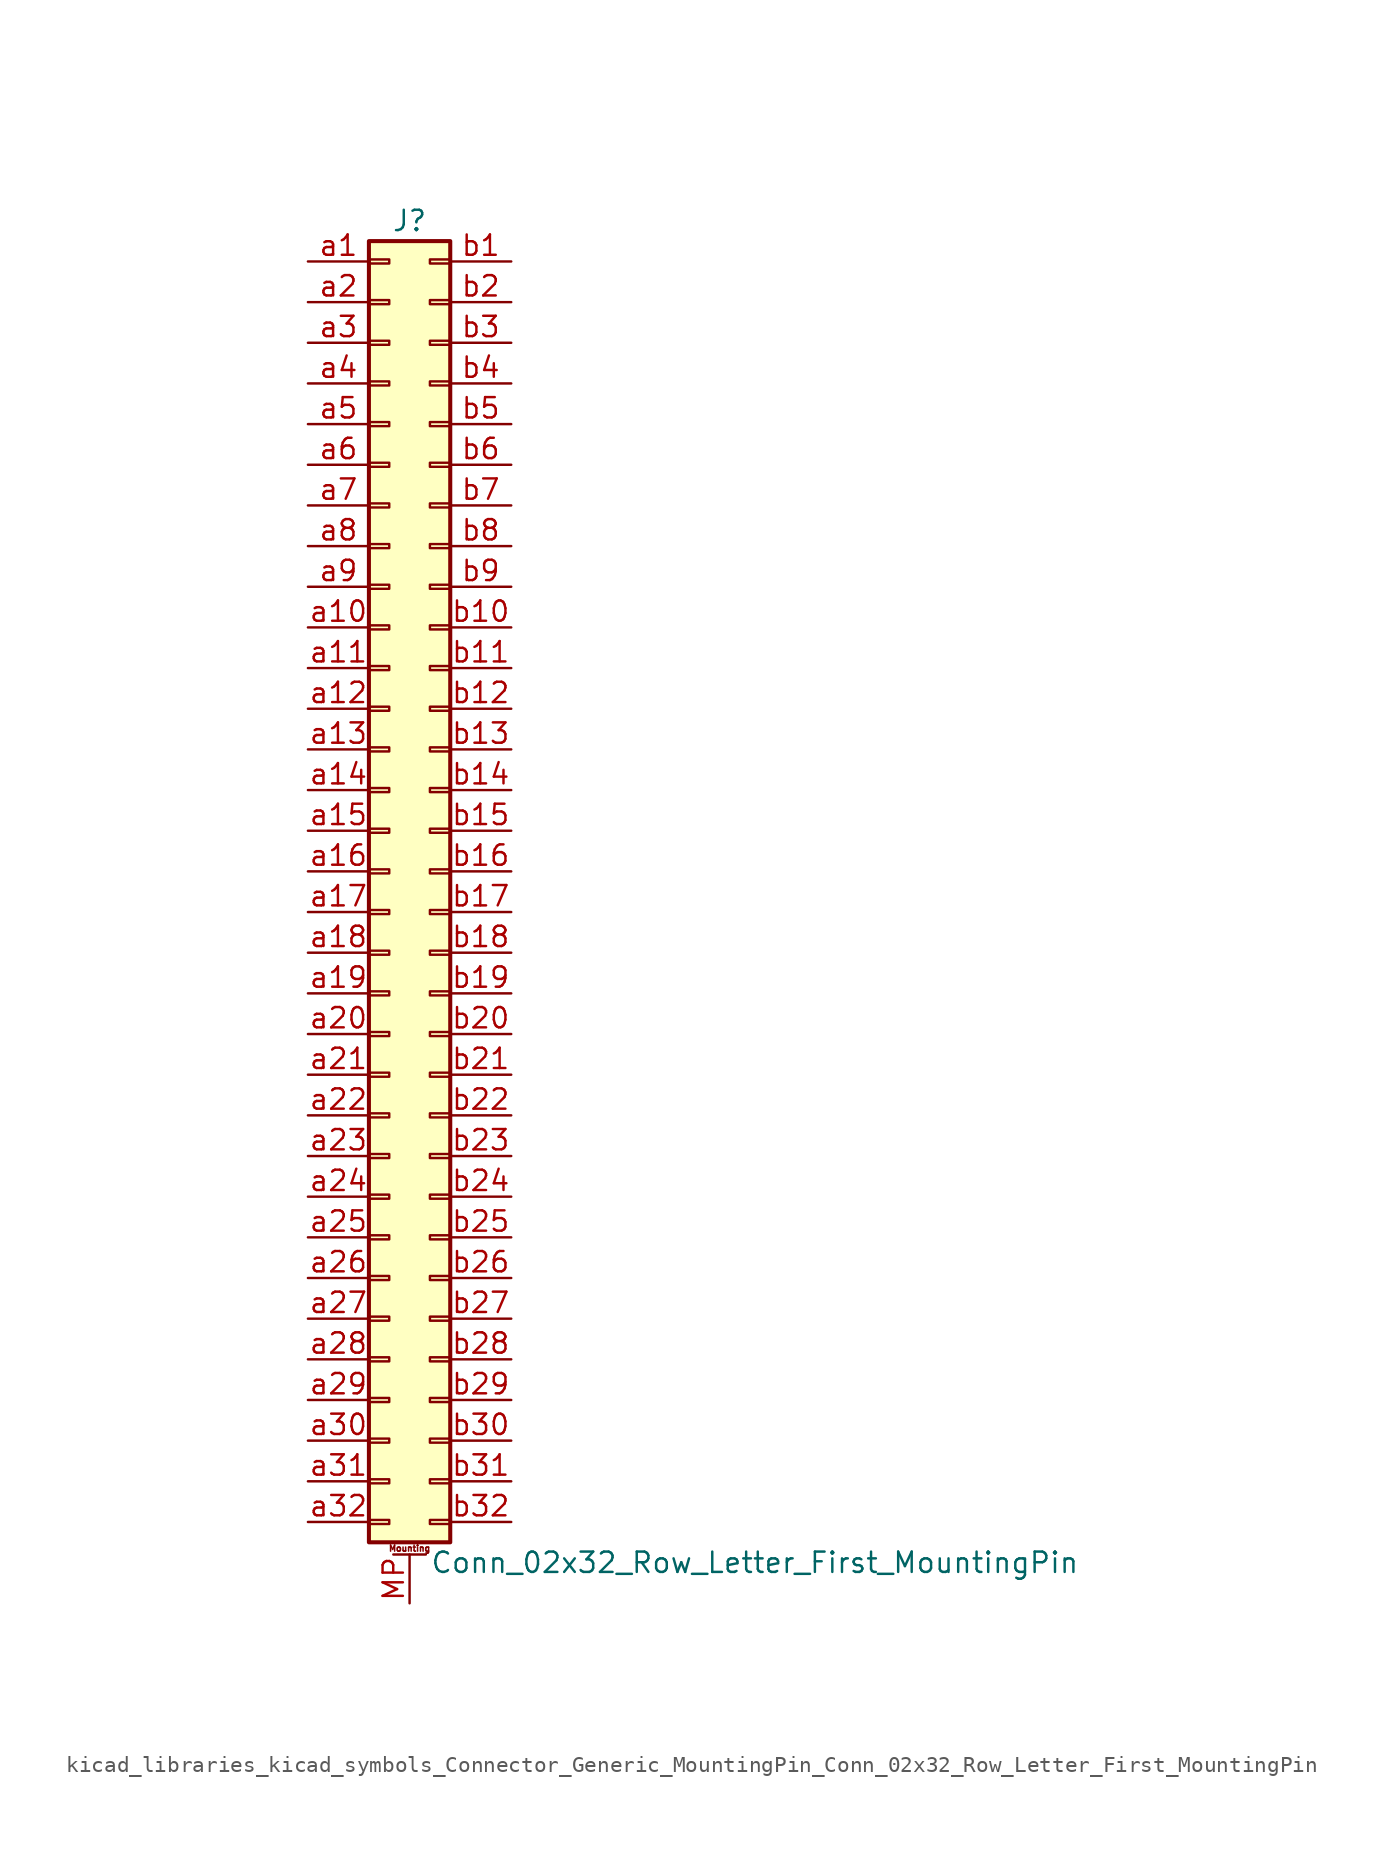
<source format=kicad_sym>
(kicad_symbol_lib
  (version 20220914)
  (generator kicad_symbol_editor)
  (symbol "kicad_libraries_kicad_symbols_Connector_Generic_MountingPin_Conn_02x32_Row_Letter_First_MountingPin"
    (pin_names
      (offset 1.016) hide)
    (property "Reference" "J"
      (at 1.27 40.64 0)
      (effects (font (size 1.27 1.27))))
    (property "Value" "Conn_02x32_Row_Letter_First_MountingPin"
      (at 2.54 -43.18 0)
      (effects (font (size 1.27 1.27)) (justify left)))
    (symbol "kicad_libraries_kicad_symbols_Connector_Generic_MountingPin_Conn_02x32_Row_Letter_First_MountingPin_1_1"
      (rectangle (start -1.27 -40.513) (end 0 -40.767) (stroke (width 0.152) (type default)) (fill (type none)))
      (rectangle (start -1.27 -37.973) (end 0 -38.227) (stroke (width 0.152) (type default)) (fill (type none)))
      (rectangle (start -1.27 -35.433) (end 0 -35.687) (stroke (width 0.152) (type default)) (fill (type none)))
      (rectangle (start -1.27 -32.893) (end 0 -33.147) (stroke (width 0.152) (type default)) (fill (type none)))
      (rectangle (start -1.27 -30.353) (end 0 -30.607) (stroke (width 0.152) (type default)) (fill (type none)))
      (rectangle (start -1.27 -27.813) (end 0 -28.067) (stroke (width 0.152) (type default)) (fill (type none)))
      (rectangle (start -1.27 -25.273) (end 0 -25.527) (stroke (width 0.152) (type default)) (fill (type none)))
      (rectangle (start -1.27 -22.733) (end 0 -22.987) (stroke (width 0.152) (type default)) (fill (type none)))
      (rectangle (start -1.27 -20.193) (end 0 -20.447) (stroke (width 0.152) (type default)) (fill (type none)))
      (rectangle (start -1.27 -17.653) (end 0 -17.907) (stroke (width 0.152) (type default)) (fill (type none)))
      (rectangle (start -1.27 -15.113) (end 0 -15.367) (stroke (width 0.152) (type default)) (fill (type none)))
      (rectangle (start -1.27 -12.573) (end 0 -12.827) (stroke (width 0.152) (type default)) (fill (type none)))
      (rectangle (start -1.27 -10.033) (end 0 -10.287) (stroke (width 0.152) (type default)) (fill (type none)))
      (rectangle (start -1.27 -7.493) (end 0 -7.747) (stroke (width 0.152) (type default)) (fill (type none)))
      (rectangle (start -1.27 -4.953) (end 0 -5.207) (stroke (width 0.152) (type default)) (fill (type none)))
      (rectangle (start -1.27 -2.413) (end 0 -2.667) (stroke (width 0.152) (type default)) (fill (type none)))
      (rectangle (start -1.27 0.127) (end 0 -0.127) (stroke (width 0.152) (type default)) (fill (type none)))
      (rectangle (start -1.27 2.667) (end 0 2.413) (stroke (width 0.152) (type default)) (fill (type none)))
      (rectangle (start -1.27 5.207) (end 0 4.953) (stroke (width 0.152) (type default)) (fill (type none)))
      (rectangle (start -1.27 7.747) (end 0 7.493) (stroke (width 0.152) (type default)) (fill (type none)))
      (rectangle (start -1.27 10.287) (end 0 10.033) (stroke (width 0.152) (type default)) (fill (type none)))
      (rectangle (start -1.27 12.827) (end 0 12.573) (stroke (width 0.152) (type default)) (fill (type none)))
      (rectangle (start -1.27 15.367) (end 0 15.113) (stroke (width 0.152) (type default)) (fill (type none)))
      (rectangle (start -1.27 17.907) (end 0 17.653) (stroke (width 0.152) (type default)) (fill (type none)))
      (rectangle (start -1.27 20.447) (end 0 20.193) (stroke (width 0.152) (type default)) (fill (type none)))
      (rectangle (start -1.27 22.987) (end 0 22.733) (stroke (width 0.152) (type default)) (fill (type none)))
      (rectangle (start -1.27 25.527) (end 0 25.273) (stroke (width 0.152) (type default)) (fill (type none)))
      (rectangle (start -1.27 28.067) (end 0 27.813) (stroke (width 0.152) (type default)) (fill (type none)))
      (rectangle (start -1.27 30.607) (end 0 30.353) (stroke (width 0.152) (type default)) (fill (type none)))
      (rectangle (start -1.27 33.147) (end 0 32.893) (stroke (width 0.152) (type default)) (fill (type none)))
      (rectangle (start -1.27 35.687) (end 0 35.433) (stroke (width 0.152) (type default)) (fill (type none)))
      (rectangle (start -1.27 38.227) (end 0 37.973) (stroke (width 0.152) (type default)) (fill (type none)))
      (rectangle (start -1.27 39.37) (end 3.81 -41.91) (stroke (width 0.254) (type default)) (fill (type background)))
      (polyline (pts (xy 0.254 -42.672) (xy 2.286 -42.672)) (stroke (width 0.152) (type default)) (fill (type none)))
      (rectangle (start 3.81 -40.513) (end 2.54 -40.767) (stroke (width 0.152) (type default)) (fill (type none)))
      (rectangle (start 3.81 -37.973) (end 2.54 -38.227) (stroke (width 0.152) (type default)) (fill (type none)))
      (rectangle (start 3.81 -35.433) (end 2.54 -35.687) (stroke (width 0.152) (type default)) (fill (type none)))
      (rectangle (start 3.81 -32.893) (end 2.54 -33.147) (stroke (width 0.152) (type default)) (fill (type none)))
      (rectangle (start 3.81 -30.353) (end 2.54 -30.607) (stroke (width 0.152) (type default)) (fill (type none)))
      (rectangle (start 3.81 -27.813) (end 2.54 -28.067) (stroke (width 0.152) (type default)) (fill (type none)))
      (rectangle (start 3.81 -25.273) (end 2.54 -25.527) (stroke (width 0.152) (type default)) (fill (type none)))
      (rectangle (start 3.81 -22.733) (end 2.54 -22.987) (stroke (width 0.152) (type default)) (fill (type none)))
      (rectangle (start 3.81 -20.193) (end 2.54 -20.447) (stroke (width 0.152) (type default)) (fill (type none)))
      (rectangle (start 3.81 -17.653) (end 2.54 -17.907) (stroke (width 0.152) (type default)) (fill (type none)))
      (rectangle (start 3.81 -15.113) (end 2.54 -15.367) (stroke (width 0.152) (type default)) (fill (type none)))
      (rectangle (start 3.81 -12.573) (end 2.54 -12.827) (stroke (width 0.152) (type default)) (fill (type none)))
      (rectangle (start 3.81 -10.033) (end 2.54 -10.287) (stroke (width 0.152) (type default)) (fill (type none)))
      (rectangle (start 3.81 -7.493) (end 2.54 -7.747) (stroke (width 0.152) (type default)) (fill (type none)))
      (rectangle (start 3.81 -4.953) (end 2.54 -5.207) (stroke (width 0.152) (type default)) (fill (type none)))
      (rectangle (start 3.81 -2.413) (end 2.54 -2.667) (stroke (width 0.152) (type default)) (fill (type none)))
      (rectangle (start 3.81 0.127) (end 2.54 -0.127) (stroke (width 0.152) (type default)) (fill (type none)))
      (rectangle (start 3.81 2.667) (end 2.54 2.413) (stroke (width 0.152) (type default)) (fill (type none)))
      (rectangle (start 3.81 5.207) (end 2.54 4.953) (stroke (width 0.152) (type default)) (fill (type none)))
      (rectangle (start 3.81 7.747) (end 2.54 7.493) (stroke (width 0.152) (type default)) (fill (type none)))
      (rectangle (start 3.81 10.287) (end 2.54 10.033) (stroke (width 0.152) (type default)) (fill (type none)))
      (rectangle (start 3.81 12.827) (end 2.54 12.573) (stroke (width 0.152) (type default)) (fill (type none)))
      (rectangle (start 3.81 15.367) (end 2.54 15.113) (stroke (width 0.152) (type default)) (fill (type none)))
      (rectangle (start 3.81 17.907) (end 2.54 17.653) (stroke (width 0.152) (type default)) (fill (type none)))
      (rectangle (start 3.81 20.447) (end 2.54 20.193) (stroke (width 0.152) (type default)) (fill (type none)))
      (rectangle (start 3.81 22.987) (end 2.54 22.733) (stroke (width 0.152) (type default)) (fill (type none)))
      (rectangle (start 3.81 25.527) (end 2.54 25.273) (stroke (width 0.152) (type default)) (fill (type none)))
      (rectangle (start 3.81 28.067) (end 2.54 27.813) (stroke (width 0.152) (type default)) (fill (type none)))
      (rectangle (start 3.81 30.607) (end 2.54 30.353) (stroke (width 0.152) (type default)) (fill (type none)))
      (rectangle (start 3.81 33.147) (end 2.54 32.893) (stroke (width 0.152) (type default)) (fill (type none)))
      (rectangle (start 3.81 35.687) (end 2.54 35.433) (stroke (width 0.152) (type default)) (fill (type none)))
      (rectangle (start 3.81 38.227) (end 2.54 37.973) (stroke (width 0.152) (type default)) (fill (type none)))
      (text "Mounting" (at 1.27 -42.291 0) (effects (font (size 0.381 0.381))))
      (pin passive line (at 1.27 -45.72 90) (length 3.048) (name "MountPin" (effects (font (size 1.27 1.27)))) (number "MP" (effects (font (size 1.27 1.27)))))
      (pin passive line (at -5.08 38.1 0) (length 3.81) (name "Pin_a1" (effects (font (size 1.27 1.27)))) (number "a1" (effects (font (size 1.27 1.27)))))
      (pin passive line (at -5.08 15.24 0) (length 3.81) (name "Pin_a10" (effects (font (size 1.27 1.27)))) (number "a10" (effects (font (size 1.27 1.27)))))
      (pin passive line (at -5.08 12.7 0) (length 3.81) (name "Pin_a11" (effects (font (size 1.27 1.27)))) (number "a11" (effects (font (size 1.27 1.27)))))
      (pin passive line (at -5.08 10.16 0) (length 3.81) (name "Pin_a12" (effects (font (size 1.27 1.27)))) (number "a12" (effects (font (size 1.27 1.27)))))
      (pin passive line (at -5.08 7.62 0) (length 3.81) (name "Pin_a13" (effects (font (size 1.27 1.27)))) (number "a13" (effects (font (size 1.27 1.27)))))
      (pin passive line (at -5.08 5.08 0) (length 3.81) (name "Pin_a14" (effects (font (size 1.27 1.27)))) (number "a14" (effects (font (size 1.27 1.27)))))
      (pin passive line (at -5.08 2.54 0) (length 3.81) (name "Pin_a15" (effects (font (size 1.27 1.27)))) (number "a15" (effects (font (size 1.27 1.27)))))
      (pin passive line (at -5.08 0 0) (length 3.81) (name "Pin_a16" (effects (font (size 1.27 1.27)))) (number "a16" (effects (font (size 1.27 1.27)))))
      (pin passive line (at -5.08 -2.54 0) (length 3.81) (name "Pin_a17" (effects (font (size 1.27 1.27)))) (number "a17" (effects (font (size 1.27 1.27)))))
      (pin passive line (at -5.08 -5.08 0) (length 3.81) (name "Pin_a18" (effects (font (size 1.27 1.27)))) (number "a18" (effects (font (size 1.27 1.27)))))
      (pin passive line (at -5.08 -7.62 0) (length 3.81) (name "Pin_a19" (effects (font (size 1.27 1.27)))) (number "a19" (effects (font (size 1.27 1.27)))))
      (pin passive line (at -5.08 35.56 0) (length 3.81) (name "Pin_a2" (effects (font (size 1.27 1.27)))) (number "a2" (effects (font (size 1.27 1.27)))))
      (pin passive line (at -5.08 -10.16 0) (length 3.81) (name "Pin_a20" (effects (font (size 1.27 1.27)))) (number "a20" (effects (font (size 1.27 1.27)))))
      (pin passive line (at -5.08 -12.7 0) (length 3.81) (name "Pin_a21" (effects (font (size 1.27 1.27)))) (number "a21" (effects (font (size 1.27 1.27)))))
      (pin passive line (at -5.08 -15.24 0) (length 3.81) (name "Pin_a22" (effects (font (size 1.27 1.27)))) (number "a22" (effects (font (size 1.27 1.27)))))
      (pin passive line (at -5.08 -17.78 0) (length 3.81) (name "Pin_a23" (effects (font (size 1.27 1.27)))) (number "a23" (effects (font (size 1.27 1.27)))))
      (pin passive line (at -5.08 -20.32 0) (length 3.81) (name "Pin_a24" (effects (font (size 1.27 1.27)))) (number "a24" (effects (font (size 1.27 1.27)))))
      (pin passive line (at -5.08 -22.86 0) (length 3.81) (name "Pin_a25" (effects (font (size 1.27 1.27)))) (number "a25" (effects (font (size 1.27 1.27)))))
      (pin passive line (at -5.08 -25.4 0) (length 3.81) (name "Pin_a26" (effects (font (size 1.27 1.27)))) (number "a26" (effects (font (size 1.27 1.27)))))
      (pin passive line (at -5.08 -27.94 0) (length 3.81) (name "Pin_a27" (effects (font (size 1.27 1.27)))) (number "a27" (effects (font (size 1.27 1.27)))))
      (pin passive line (at -5.08 -30.48 0) (length 3.81) (name "Pin_a28" (effects (font (size 1.27 1.27)))) (number "a28" (effects (font (size 1.27 1.27)))))
      (pin passive line (at -5.08 -33.02 0) (length 3.81) (name "Pin_a29" (effects (font (size 1.27 1.27)))) (number "a29" (effects (font (size 1.27 1.27)))))
      (pin passive line (at -5.08 33.02 0) (length 3.81) (name "Pin_a3" (effects (font (size 1.27 1.27)))) (number "a3" (effects (font (size 1.27 1.27)))))
      (pin passive line (at -5.08 -35.56 0) (length 3.81) (name "Pin_a30" (effects (font (size 1.27 1.27)))) (number "a30" (effects (font (size 1.27 1.27)))))
      (pin passive line (at -5.08 -38.1 0) (length 3.81) (name "Pin_a31" (effects (font (size 1.27 1.27)))) (number "a31" (effects (font (size 1.27 1.27)))))
      (pin passive line (at -5.08 -40.64 0) (length 3.81) (name "Pin_a32" (effects (font (size 1.27 1.27)))) (number "a32" (effects (font (size 1.27 1.27)))))
      (pin passive line (at -5.08 30.48 0) (length 3.81) (name "Pin_a4" (effects (font (size 1.27 1.27)))) (number "a4" (effects (font (size 1.27 1.27)))))
      (pin passive line (at -5.08 27.94 0) (length 3.81) (name "Pin_a5" (effects (font (size 1.27 1.27)))) (number "a5" (effects (font (size 1.27 1.27)))))
      (pin passive line (at -5.08 25.4 0) (length 3.81) (name "Pin_a6" (effects (font (size 1.27 1.27)))) (number "a6" (effects (font (size 1.27 1.27)))))
      (pin passive line (at -5.08 22.86 0) (length 3.81) (name "Pin_a7" (effects (font (size 1.27 1.27)))) (number "a7" (effects (font (size 1.27 1.27)))))
      (pin passive line (at -5.08 20.32 0) (length 3.81) (name "Pin_a8" (effects (font (size 1.27 1.27)))) (number "a8" (effects (font (size 1.27 1.27)))))
      (pin passive line (at -5.08 17.78 0) (length 3.81) (name "Pin_a9" (effects (font (size 1.27 1.27)))) (number "a9" (effects (font (size 1.27 1.27)))))
      (pin passive line (at 7.62 38.1 180) (length 3.81) (name "Pin_b1" (effects (font (size 1.27 1.27)))) (number "b1" (effects (font (size 1.27 1.27)))))
      (pin passive line (at 7.62 15.24 180) (length 3.81) (name "Pin_b10" (effects (font (size 1.27 1.27)))) (number "b10" (effects (font (size 1.27 1.27)))))
      (pin passive line (at 7.62 12.7 180) (length 3.81) (name "Pin_b11" (effects (font (size 1.27 1.27)))) (number "b11" (effects (font (size 1.27 1.27)))))
      (pin passive line (at 7.62 10.16 180) (length 3.81) (name "Pin_b12" (effects (font (size 1.27 1.27)))) (number "b12" (effects (font (size 1.27 1.27)))))
      (pin passive line (at 7.62 7.62 180) (length 3.81) (name "Pin_b13" (effects (font (size 1.27 1.27)))) (number "b13" (effects (font (size 1.27 1.27)))))
      (pin passive line (at 7.62 5.08 180) (length 3.81) (name "Pin_b14" (effects (font (size 1.27 1.27)))) (number "b14" (effects (font (size 1.27 1.27)))))
      (pin passive line (at 7.62 2.54 180) (length 3.81) (name "Pin_b15" (effects (font (size 1.27 1.27)))) (number "b15" (effects (font (size 1.27 1.27)))))
      (pin passive line (at 7.62 0 180) (length 3.81) (name "Pin_b16" (effects (font (size 1.27 1.27)))) (number "b16" (effects (font (size 1.27 1.27)))))
      (pin passive line (at 7.62 -2.54 180) (length 3.81) (name "Pin_b17" (effects (font (size 1.27 1.27)))) (number "b17" (effects (font (size 1.27 1.27)))))
      (pin passive line (at 7.62 -5.08 180) (length 3.81) (name "Pin_b18" (effects (font (size 1.27 1.27)))) (number "b18" (effects (font (size 1.27 1.27)))))
      (pin passive line (at 7.62 -7.62 180) (length 3.81) (name "Pin_b19" (effects (font (size 1.27 1.27)))) (number "b19" (effects (font (size 1.27 1.27)))))
      (pin passive line (at 7.62 35.56 180) (length 3.81) (name "Pin_b2" (effects (font (size 1.27 1.27)))) (number "b2" (effects (font (size 1.27 1.27)))))
      (pin passive line (at 7.62 -10.16 180) (length 3.81) (name "Pin_b20" (effects (font (size 1.27 1.27)))) (number "b20" (effects (font (size 1.27 1.27)))))
      (pin passive line (at 7.62 -12.7 180) (length 3.81) (name "Pin_b21" (effects (font (size 1.27 1.27)))) (number "b21" (effects (font (size 1.27 1.27)))))
      (pin passive line (at 7.62 -15.24 180) (length 3.81) (name "Pin_b22" (effects (font (size 1.27 1.27)))) (number "b22" (effects (font (size 1.27 1.27)))))
      (pin passive line (at 7.62 -17.78 180) (length 3.81) (name "Pin_b23" (effects (font (size 1.27 1.27)))) (number "b23" (effects (font (size 1.27 1.27)))))
      (pin passive line (at 7.62 -20.32 180) (length 3.81) (name "Pin_b24" (effects (font (size 1.27 1.27)))) (number "b24" (effects (font (size 1.27 1.27)))))
      (pin passive line (at 7.62 -22.86 180) (length 3.81) (name "Pin_b25" (effects (font (size 1.27 1.27)))) (number "b25" (effects (font (size 1.27 1.27)))))
      (pin passive line (at 7.62 -25.4 180) (length 3.81) (name "Pin_b26" (effects (font (size 1.27 1.27)))) (number "b26" (effects (font (size 1.27 1.27)))))
      (pin passive line (at 7.62 -27.94 180) (length 3.81) (name "Pin_b27" (effects (font (size 1.27 1.27)))) (number "b27" (effects (font (size 1.27 1.27)))))
      (pin passive line (at 7.62 -30.48 180) (length 3.81) (name "Pin_b28" (effects (font (size 1.27 1.27)))) (number "b28" (effects (font (size 1.27 1.27)))))
      (pin passive line (at 7.62 -33.02 180) (length 3.81) (name "Pin_b29" (effects (font (size 1.27 1.27)))) (number "b29" (effects (font (size 1.27 1.27)))))
      (pin passive line (at 7.62 33.02 180) (length 3.81) (name "Pin_b3" (effects (font (size 1.27 1.27)))) (number "b3" (effects (font (size 1.27 1.27)))))
      (pin passive line (at 7.62 -35.56 180) (length 3.81) (name "Pin_b30" (effects (font (size 1.27 1.27)))) (number "b30" (effects (font (size 1.27 1.27)))))
      (pin passive line (at 7.62 -38.1 180) (length 3.81) (name "Pin_b31" (effects (font (size 1.27 1.27)))) (number "b31" (effects (font (size 1.27 1.27)))))
      (pin passive line (at 7.62 -40.64 180) (length 3.81) (name "Pin_b32" (effects (font (size 1.27 1.27)))) (number "b32" (effects (font (size 1.27 1.27)))))
      (pin passive line (at 7.62 30.48 180) (length 3.81) (name "Pin_b4" (effects (font (size 1.27 1.27)))) (number "b4" (effects (font (size 1.27 1.27)))))
      (pin passive line (at 7.62 27.94 180) (length 3.81) (name "Pin_b5" (effects (font (size 1.27 1.27)))) (number "b5" (effects (font (size 1.27 1.27)))))
      (pin passive line (at 7.62 25.4 180) (length 3.81) (name "Pin_b6" (effects (font (size 1.27 1.27)))) (number "b6" (effects (font (size 1.27 1.27)))))
      (pin passive line (at 7.62 22.86 180) (length 3.81) (name "Pin_b7" (effects (font (size 1.27 1.27)))) (number "b7" (effects (font (size 1.27 1.27)))))
      (pin passive line (at 7.62 20.32 180) (length 3.81) (name "Pin_b8" (effects (font (size 1.27 1.27)))) (number "b8" (effects (font (size 1.27 1.27)))))
      (pin passive line (at 7.62 17.78 180) (length 3.81) (name "Pin_b9" (effects (font (size 1.27 1.27)))) (number "b9" (effects (font (size 1.27 1.27))))))))
</source>
